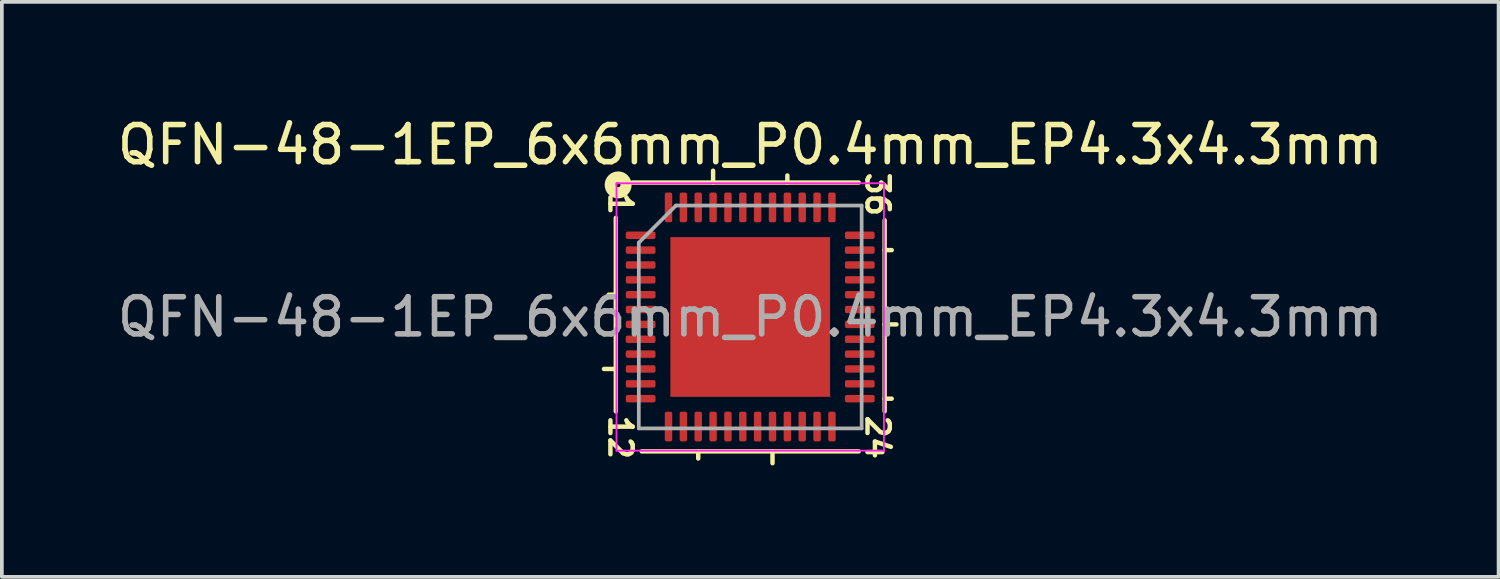
<source format=kicad_pcb>
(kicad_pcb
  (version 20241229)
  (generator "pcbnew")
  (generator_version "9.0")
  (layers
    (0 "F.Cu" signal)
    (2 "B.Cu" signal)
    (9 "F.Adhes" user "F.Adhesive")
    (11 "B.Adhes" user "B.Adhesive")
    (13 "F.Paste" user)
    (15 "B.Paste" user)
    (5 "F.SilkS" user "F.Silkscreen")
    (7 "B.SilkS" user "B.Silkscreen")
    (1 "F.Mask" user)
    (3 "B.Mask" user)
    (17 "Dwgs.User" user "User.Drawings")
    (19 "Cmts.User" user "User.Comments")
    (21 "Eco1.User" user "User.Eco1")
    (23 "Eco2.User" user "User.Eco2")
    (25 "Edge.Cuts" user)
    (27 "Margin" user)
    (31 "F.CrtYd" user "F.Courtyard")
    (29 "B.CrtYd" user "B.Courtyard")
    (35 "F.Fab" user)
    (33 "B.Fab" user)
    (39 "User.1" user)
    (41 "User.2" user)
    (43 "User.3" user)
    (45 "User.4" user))
  (footprint "QFN-48-1EP_6x6mm_P0.4mm_EP4.3x4.3mm"
    (layer "F.Cu")
    (at 17.149 5.484)
    (property "Reference" "QFN-48-1EP_6x6mm_P0.4mm_EP4.3x4.3mm" (at 0 -4.636 0) (layer "F.SilkS") (effects (font (size 1 1) (thickness 0.15))))
    (attr smd)
    (fp_line (start -3.619 -2.667) (end -3.619 2.54) (stroke (width 0.12) (type solid)) (layer "F.SilkS"))
    (fp_line (start -3.619 -0.6) (end -3.81 -0.6) (stroke (width 0.12) (type solid)) (layer "F.SilkS"))
    (fp_line (start -3.619 1.4) (end -3.937 1.4) (stroke (width 0.12) (type solid)) (layer "F.SilkS"))
    (fp_line (start -2.921 3.619) (end 2.921 3.619) (stroke (width 0.12) (type solid)) (layer "F.SilkS"))
    (fp_line (start -1.4 3.81) (end -1.4 3.619) (stroke (width 0.12) (type solid)) (layer "F.SilkS"))
    (fp_line (start -1 -3.619) (end -1 -3.937) (stroke (width 0.12) (type solid)) (layer "F.SilkS"))
    (fp_line (start 0.6 3.619) (end 0.6 3.937) (stroke (width 0.12) (type solid)) (layer "F.SilkS"))
    (fp_line (start 1 -3.619) (end 1 -3.81) (stroke (width 0.12) (type solid)) (layer "F.SilkS"))
    (fp_line (start 2.921 -3.619) (end -3.175 -3.619) (stroke (width 0.12) (type solid)) (layer "F.SilkS"))
    (fp_line (start 3.619 -1.8) (end 3.81 -1.8) (stroke (width 0.12) (type solid)) (layer "F.SilkS"))
    (fp_line (start 3.619 0.2) (end 3.937 0.2) (stroke (width 0.12) (type solid)) (layer "F.SilkS"))
    (fp_line (start 3.619 2.2) (end 3.81 2.2) (stroke (width 0.12) (type solid)) (layer "F.SilkS"))
    (fp_line (start 3.619 2.54) (end 3.619 -2.603) (stroke (width 0.12) (type solid)) (layer "F.SilkS"))
    (fp_circle (center -3.556 -3.556) (end -3.493 -3.556) (stroke (width 0.3) (type solid)) (fill no) (layer "F.SilkS"))
    (fp_line (start -3.6 -3.6) (end -3.6 3.6) (stroke (width 0.05) (type solid)) (layer "F.CrtYd"))
    (fp_line (start -3.6 3.6) (end 3.6 3.6) (stroke (width 0.05) (type solid)) (layer "F.CrtYd"))
    (fp_line (start 3.6 -3.6) (end -3.6 -3.6) (stroke (width 0.05) (type solid)) (layer "F.CrtYd"))
    (fp_line (start 3.6 3.6) (end 3.6 -3.6) (stroke (width 0.05) (type solid)) (layer "F.CrtYd"))
    (fp_line (start -3 -2) (end -2 -3) (stroke (width 0.1) (type solid)) (layer "F.Fab"))
    (fp_line (start -3 3) (end -3 -2) (stroke (width 0.1) (type solid)) (layer "F.Fab"))
    (fp_line (start -2 -3) (end 3 -3) (stroke (width 0.1) (type solid)) (layer "F.Fab"))
    (fp_line (start 3 -3) (end 3 3) (stroke (width 0.1) (type solid)) (layer "F.Fab"))
    (fp_line (start 3 3) (end -3 3) (stroke (width 0.1) (type solid)) (layer "F.Fab"))
    (fp_text user "36" (at 3.429 -3.302 270) (unlocked yes) (layer "F.SilkS") (effects (font (size 0.6 0.6) (thickness 0.12))))
    (fp_text user "1" (at -3.493 -3.048 270) (unlocked yes) (layer "F.SilkS") (effects (font (size 0.6 0.6) (thickness 0.12))))
    (fp_text user "12" (at -3.493 3.239 270) (unlocked yes) (layer "F.SilkS") (effects (font (size 0.6 0.6) (thickness 0.12))))
    (fp_text user "24" (at 3.429 3.239 270) (unlocked yes) (layer "F.SilkS") (effects (font (size 0.6 0.6) (thickness 0.12))))
    (fp_text user "${REFERENCE}" (at 0 0 0) (layer "F.Fab") (effects (font (size 1 1) (thickness 0.15))))
    (pad "" smd roundrect (at -1.43 -1.43) (size 1.16 1.16) (layers "F.Paste") (roundrect_rratio 0.216))
    (pad "" smd roundrect (at -1.43 0) (size 1.16 1.16) (layers "F.Paste") (roundrect_rratio 0.216))
    (pad "" smd roundrect (at -1.43 1.43) (size 1.16 1.16) (layers "F.Paste") (roundrect_rratio 0.216))
    (pad "" smd roundrect (at 0 -1.43) (size 1.16 1.16) (layers "F.Paste") (roundrect_rratio 0.216))
    (pad "" smd roundrect (at 0 0) (size 1.16 1.16) (layers "F.Paste") (roundrect_rratio 0.216))
    (pad "" smd roundrect (at 0 1.43) (size 1.16 1.16) (layers "F.Paste") (roundrect_rratio 0.216))
    (pad "" smd roundrect (at 1.43 -1.43) (size 1.16 1.16) (layers "F.Paste") (roundrect_rratio 0.216))
    (pad "" smd roundrect (at 1.43 0) (size 1.16 1.16) (layers "F.Paste") (roundrect_rratio 0.216))
    (pad "" smd roundrect (at 1.43 1.43) (size 1.16 1.16) (layers "F.Paste") (roundrect_rratio 0.216))
    (pad "1" smd roundrect (at -2.95 -2.2) (size 0.8 0.2) (layers "F.Cu" "F.Mask" "F.Paste") (roundrect_rratio 0.25))
    (pad "2" smd roundrect (at -2.95 -1.8) (size 0.8 0.2) (layers "F.Cu" "F.Mask" "F.Paste") (roundrect_rratio 0.25))
    (pad "3" smd roundrect (at -2.95 -1.4) (size 0.8 0.2) (layers "F.Cu" "F.Mask" "F.Paste") (roundrect_rratio 0.25))
    (pad "4" smd roundrect (at -2.95 -1) (size 0.8 0.2) (layers "F.Cu" "F.Mask" "F.Paste") (roundrect_rratio 0.25))
    (pad "5" smd roundrect (at -2.95 -0.6) (size 0.8 0.2) (layers "F.Cu" "F.Mask" "F.Paste") (roundrect_rratio 0.25))
    (pad "6" smd roundrect (at -2.95 -0.2) (size 0.8 0.2) (layers "F.Cu" "F.Mask" "F.Paste") (roundrect_rratio 0.25))
    (pad "7" smd roundrect (at -2.95 0.2) (size 0.8 0.2) (layers "F.Cu" "F.Mask" "F.Paste") (roundrect_rratio 0.25))
    (pad "8" smd roundrect (at -2.95 0.6) (size 0.8 0.2) (layers "F.Cu" "F.Mask" "F.Paste") (roundrect_rratio 0.25))
    (pad "9" smd roundrect (at -2.95 1) (size 0.8 0.2) (layers "F.Cu" "F.Mask" "F.Paste") (roundrect_rratio 0.25))
    (pad "10" smd roundrect (at -2.95 1.4) (size 0.8 0.2) (layers "F.Cu" "F.Mask" "F.Paste") (roundrect_rratio 0.25))
    (pad "11" smd roundrect (at -2.95 1.8) (size 0.8 0.2) (layers "F.Cu" "F.Mask" "F.Paste") (roundrect_rratio 0.25))
    (pad "12" smd roundrect (at -2.95 2.2) (size 0.8 0.2) (layers "F.Cu" "F.Mask" "F.Paste") (roundrect_rratio 0.25))
    (pad "13" smd roundrect (at -2.2 2.95) (size 0.2 0.8) (layers "F.Cu" "F.Mask" "F.Paste") (roundrect_rratio 0.25))
    (pad "14" smd roundrect (at -1.8 2.95) (size 0.2 0.8) (layers "F.Cu" "F.Mask" "F.Paste") (roundrect_rratio 0.25))
    (pad "15" smd roundrect (at -1.4 2.95) (size 0.2 0.8) (layers "F.Cu" "F.Mask" "F.Paste") (roundrect_rratio 0.25))
    (pad "16" smd roundrect (at -1 2.95) (size 0.2 0.8) (layers "F.Cu" "F.Mask" "F.Paste") (roundrect_rratio 0.25))
    (pad "17" smd roundrect (at -0.6 2.95) (size 0.2 0.8) (layers "F.Cu" "F.Mask" "F.Paste") (roundrect_rratio 0.25))
    (pad "18" smd roundrect (at -0.2 2.95) (size 0.2 0.8) (layers "F.Cu" "F.Mask" "F.Paste") (roundrect_rratio 0.25))
    (pad "19" smd roundrect (at 0.2 2.95) (size 0.2 0.8) (layers "F.Cu" "F.Mask" "F.Paste") (roundrect_rratio 0.25))
    (pad "20" smd roundrect (at 0.6 2.95) (size 0.2 0.8) (layers "F.Cu" "F.Mask" "F.Paste") (roundrect_rratio 0.25))
    (pad "21" smd roundrect (at 1 2.95) (size 0.2 0.8) (layers "F.Cu" "F.Mask" "F.Paste") (roundrect_rratio 0.25))
    (pad "22" smd roundrect (at 1.4 2.95) (size 0.2 0.8) (layers "F.Cu" "F.Mask" "F.Paste") (roundrect_rratio 0.25))
    (pad "23" smd roundrect (at 1.8 2.95) (size 0.2 0.8) (layers "F.Cu" "F.Mask" "F.Paste") (roundrect_rratio 0.25))
    (pad "24" smd roundrect (at 2.2 2.95) (size 0.2 0.8) (layers "F.Cu" "F.Mask" "F.Paste") (roundrect_rratio 0.25))
    (pad "25" smd roundrect (at 2.95 2.2) (size 0.8 0.2) (layers "F.Cu" "F.Mask" "F.Paste") (roundrect_rratio 0.25))
    (pad "26" smd roundrect (at 2.95 1.8) (size 0.8 0.2) (layers "F.Cu" "F.Mask" "F.Paste") (roundrect_rratio 0.25))
    (pad "27" smd roundrect (at 2.95 1.4) (size 0.8 0.2) (layers "F.Cu" "F.Mask" "F.Paste") (roundrect_rratio 0.25))
    (pad "28" smd roundrect (at 2.95 1) (size 0.8 0.2) (layers "F.Cu" "F.Mask" "F.Paste") (roundrect_rratio 0.25))
    (pad "29" smd roundrect (at 2.95 0.6) (size 0.8 0.2) (layers "F.Cu" "F.Mask" "F.Paste") (roundrect_rratio 0.25))
    (pad "30" smd roundrect (at 2.95 0.2) (size 0.8 0.2) (layers "F.Cu" "F.Mask" "F.Paste") (roundrect_rratio 0.25))
    (pad "31" smd roundrect (at 2.95 -0.2) (size 0.8 0.2) (layers "F.Cu" "F.Mask" "F.Paste") (roundrect_rratio 0.25))
    (pad "32" smd roundrect (at 2.95 -0.6) (size 0.8 0.2) (layers "F.Cu" "F.Mask" "F.Paste") (roundrect_rratio 0.25))
    (pad "33" smd roundrect (at 2.95 -1) (size 0.8 0.2) (layers "F.Cu" "F.Mask" "F.Paste") (roundrect_rratio 0.25))
    (pad "34" smd roundrect (at 2.95 -1.4) (size 0.8 0.2) (layers "F.Cu" "F.Mask" "F.Paste") (roundrect_rratio 0.25))
    (pad "35" smd roundrect (at 2.95 -1.8) (size 0.8 0.2) (layers "F.Cu" "F.Mask" "F.Paste") (roundrect_rratio 0.25))
    (pad "36" smd roundrect (at 2.95 -2.2) (size 0.8 0.2) (layers "F.Cu" "F.Mask" "F.Paste") (roundrect_rratio 0.25))
    (pad "37" smd roundrect (at 2.2 -2.95) (size 0.2 0.8) (layers "F.Cu" "F.Mask" "F.Paste") (roundrect_rratio 0.25))
    (pad "38" smd roundrect (at 1.8 -2.95) (size 0.2 0.8) (layers "F.Cu" "F.Mask" "F.Paste") (roundrect_rratio 0.25))
    (pad "39" smd roundrect (at 1.4 -2.95) (size 0.2 0.8) (layers "F.Cu" "F.Mask" "F.Paste") (roundrect_rratio 0.25))
    (pad "40" smd roundrect (at 1 -2.95) (size 0.2 0.8) (layers "F.Cu" "F.Mask" "F.Paste") (roundrect_rratio 0.25))
    (pad "41" smd roundrect (at 0.6 -2.95) (size 0.2 0.8) (layers "F.Cu" "F.Mask" "F.Paste") (roundrect_rratio 0.25))
    (pad "42" smd roundrect (at 0.2 -2.95) (size 0.2 0.8) (layers "F.Cu" "F.Mask" "F.Paste") (roundrect_rratio 0.25))
    (pad "43" smd roundrect (at -0.2 -2.95) (size 0.2 0.8) (layers "F.Cu" "F.Mask" "F.Paste") (roundrect_rratio 0.25))
    (pad "44" smd roundrect (at -0.6 -2.95) (size 0.2 0.8) (layers "F.Cu" "F.Mask" "F.Paste") (roundrect_rratio 0.25))
    (pad "45" smd roundrect (at -1 -2.95) (size 0.2 0.8) (layers "F.Cu" "F.Mask" "F.Paste") (roundrect_rratio 0.25))
    (pad "46" smd roundrect (at -1.4 -2.95) (size 0.2 0.8) (layers "F.Cu" "F.Mask" "F.Paste") (roundrect_rratio 0.25))
    (pad "47" smd roundrect (at -1.8 -2.95) (size 0.2 0.8) (layers "F.Cu" "F.Mask" "F.Paste") (roundrect_rratio 0.25))
    (pad "48" smd roundrect (at -2.2 -2.95) (size 0.2 0.8) (layers "F.Cu" "F.Mask" "F.Paste") (roundrect_rratio 0.25))
    (pad "49" smd rect (at 0 0) (size 4.3 4.3) (layers "F.Cu" "F.Mask")))
  (gr_rect
    (start -3 -3)
    (end 37.298 12.481)
    (stroke (width 0.1) (type default))
    (fill no)
    (layer "Edge.Cuts")))
</source>
